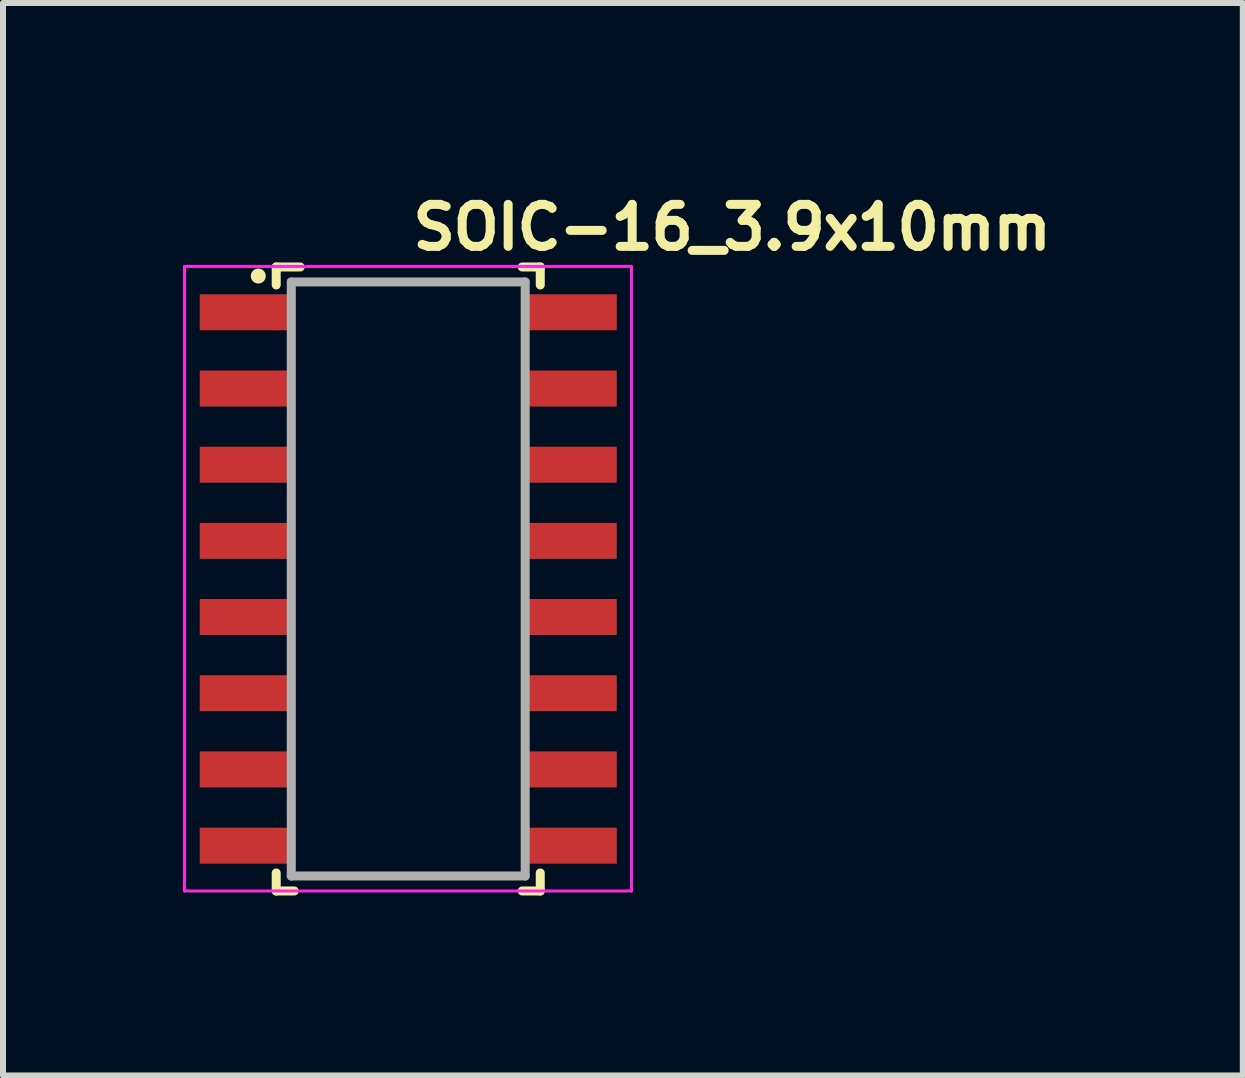
<source format=kicad_pcb>
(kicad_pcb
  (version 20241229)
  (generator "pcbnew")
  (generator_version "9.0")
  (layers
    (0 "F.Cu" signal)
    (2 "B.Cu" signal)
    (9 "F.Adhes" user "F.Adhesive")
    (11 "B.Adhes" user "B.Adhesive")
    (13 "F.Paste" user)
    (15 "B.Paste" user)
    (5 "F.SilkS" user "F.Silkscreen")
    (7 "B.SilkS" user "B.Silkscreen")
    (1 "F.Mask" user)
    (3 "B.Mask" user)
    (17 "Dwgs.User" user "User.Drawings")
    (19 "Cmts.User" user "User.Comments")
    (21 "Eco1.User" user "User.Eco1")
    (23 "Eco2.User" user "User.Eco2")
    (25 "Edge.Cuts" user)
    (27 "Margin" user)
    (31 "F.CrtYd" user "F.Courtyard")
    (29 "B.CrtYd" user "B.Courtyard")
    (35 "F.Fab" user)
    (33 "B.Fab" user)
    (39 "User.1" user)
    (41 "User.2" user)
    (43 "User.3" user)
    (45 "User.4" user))
  (footprint "SOIC-16_3.9x10mm"
    (layer "F.Cu")
    (at 3.755 6.601)
    (property "Reference" "SOIC-16_3.9x10mm" (at 0 -5.451 0) (layer "F.SilkS") (effects (font (size 0.7 0.7) (thickness 0.15)) (justify left bottom)))
    (attr smd)
    (fp_line (start -2.201 -5.201) (end -2.201 -4.901) (stroke (width 0.15) (type solid)) (layer "F.SilkS"))
    (fp_line (start -2.201 4.9) (end -2.201 5.2) (stroke (width 0.15) (type solid)) (layer "F.SilkS"))
    (fp_line (start -2.201 5.2) (end -1.9 5.2) (stroke (width 0.15) (type solid)) (layer "F.SilkS"))
    (fp_line (start -1.801 -5.201) (end -2.201 -5.201) (stroke (width 0.15) (type solid)) (layer "F.SilkS"))
    (fp_line (start 2.2 -5.201) (end 1.899 -5.201) (stroke (width 0.15) (type solid)) (layer "F.SilkS"))
    (fp_line (start 2.2 -4.901) (end 2.2 -5.201) (stroke (width 0.15) (type solid)) (layer "F.SilkS"))
    (fp_line (start 2.2 5.2) (end 1.899 5.2) (stroke (width 0.15) (type solid)) (layer "F.SilkS"))
    (fp_line (start 2.2 5.2) (end 2.2 4.9) (stroke (width 0.15) (type solid)) (layer "F.SilkS"))
    (fp_circle (center -2.5 -5.05) (end -2.45 -5.05) (stroke (width 0.15) (type solid)) (fill yes) (layer "F.SilkS"))
    (fp_line (start -3.73 -5.21) (end -3.73 5.2) (stroke (width 0.05) (type solid)) (layer "F.CrtYd"))
    (fp_line (start -3.73 -5.21) (end 3.72 -5.21) (stroke (width 0.05) (type solid)) (layer "F.CrtYd"))
    (fp_line (start -3.73 5.2) (end 3.72 5.2) (stroke (width 0.05) (type solid)) (layer "F.CrtYd"))
    (fp_line (start 3.72 -5.21) (end 3.72 5.2) (stroke (width 0.05) (type solid)) (layer "F.CrtYd"))
    (fp_line (start -1.95 4.95) (end -1.95 -4.951) (stroke (width 0.15) (type solid)) (layer "F.Fab"))
    (fp_line (start 1.949 -4.951) (end -1.95 -4.951) (stroke (width 0.15) (type solid)) (layer "F.Fab"))
    (fp_line (start 1.949 -4.951) (end 1.949 4.95) (stroke (width 0.15) (type solid)) (layer "F.Fab"))
    (fp_line (start 1.949 4.95) (end -1.95 4.95) (stroke (width 0.15) (type solid)) (layer "F.Fab"))
    (fp_line (start -3.013 -4.65) (end -3.013 -4.24) (stroke (width 0.01) (type solid)) (layer "User.9"))
    (fp_line (start -3.013 -3.38) (end -3.013 -2.97) (stroke (width 0.01) (type solid)) (layer "User.9"))
    (fp_line (start -3.013 -2.11) (end -3.013 -1.7) (stroke (width 0.01) (type solid)) (layer "User.9"))
    (fp_line (start -3.013 -0.84) (end -3.013 -0.43) (stroke (width 0.01) (type solid)) (layer "User.9"))
    (fp_line (start -3.013 0.43) (end -3.013 0.84) (stroke (width 0.01) (type solid)) (layer "User.9"))
    (fp_line (start -3.013 1.7) (end -3.013 2.11) (stroke (width 0.01) (type solid)) (layer "User.9"))
    (fp_line (start -3.013 2.97) (end -3.013 3.38) (stroke (width 0.01) (type solid)) (layer "User.9"))
    (fp_line (start -3.013 4.24) (end -3.013 4.65) (stroke (width 0.01) (type solid)) (layer "User.9"))
    (fp_line (start -2.485 -4.65) (end -3.013 -4.65) (stroke (width 0.01) (type solid)) (layer "User.9"))
    (fp_line (start -2.485 -4.65) (end -2.339 -4.65) (stroke (width 0.01) (type solid)) (layer "User.9"))
    (fp_line (start -2.485 -4.24) (end -3.013 -4.24) (stroke (width 0.01) (type solid)) (layer "User.9"))
    (fp_line (start -2.485 -4.24) (end -2.339 -4.24) (stroke (width 0.01) (type solid)) (layer "User.9"))
    (fp_line (start -2.485 -3.38) (end -3.013 -3.38) (stroke (width 0.01) (type solid)) (layer "User.9"))
    (fp_line (start -2.485 -3.38) (end -2.339 -3.38) (stroke (width 0.01) (type solid)) (layer "User.9"))
    (fp_line (start -2.485 -2.97) (end -3.013 -2.97) (stroke (width 0.01) (type solid)) (layer "User.9"))
    (fp_line (start -2.485 -2.97) (end -2.339 -2.97) (stroke (width 0.01) (type solid)) (layer "User.9"))
    (fp_line (start -2.485 -2.11) (end -3.013 -2.11) (stroke (width 0.01) (type solid)) (layer "User.9"))
    (fp_line (start -2.485 -2.11) (end -2.339 -2.11) (stroke (width 0.01) (type solid)) (layer "User.9"))
    (fp_line (start -2.485 -1.7) (end -3.013 -1.7) (stroke (width 0.01) (type solid)) (layer "User.9"))
    (fp_line (start -2.485 -1.7) (end -2.339 -1.7) (stroke (width 0.01) (type solid)) (layer "User.9"))
    (fp_line (start -2.485 -0.84) (end -3.013 -0.84) (stroke (width 0.01) (type solid)) (layer "User.9"))
    (fp_line (start -2.485 -0.84) (end -2.339 -0.84) (stroke (width 0.01) (type solid)) (layer "User.9"))
    (fp_line (start -2.485 -0.43) (end -3.013 -0.43) (stroke (width 0.01) (type solid)) (layer "User.9"))
    (fp_line (start -2.485 -0.43) (end -2.339 -0.43) (stroke (width 0.01) (type solid)) (layer "User.9"))
    (fp_line (start -2.485 0.43) (end -3.013 0.43) (stroke (width 0.01) (type solid)) (layer "User.9"))
    (fp_line (start -2.485 0.43) (end -2.339 0.43) (stroke (width 0.01) (type solid)) (layer "User.9"))
    (fp_line (start -2.485 0.84) (end -3.013 0.84) (stroke (width 0.01) (type solid)) (layer "User.9"))
    (fp_line (start -2.485 0.84) (end -2.339 0.84) (stroke (width 0.01) (type solid)) (layer "User.9"))
    (fp_line (start -2.485 1.7) (end -3.013 1.7) (stroke (width 0.01) (type solid)) (layer "User.9"))
    (fp_line (start -2.485 1.7) (end -2.339 1.7) (stroke (width 0.01) (type solid)) (layer "User.9"))
    (fp_line (start -2.485 2.11) (end -3.013 2.11) (stroke (width 0.01) (type solid)) (layer "User.9"))
    (fp_line (start -2.485 2.11) (end -2.339 2.11) (stroke (width 0.01) (type solid)) (layer "User.9"))
    (fp_line (start -2.485 2.97) (end -3.013 2.97) (stroke (width 0.01) (type solid)) (layer "User.9"))
    (fp_line (start -2.485 2.97) (end -2.339 2.97) (stroke (width 0.01) (type solid)) (layer "User.9"))
    (fp_line (start -2.485 3.38) (end -3.013 3.38) (stroke (width 0.01) (type solid)) (layer "User.9"))
    (fp_line (start -2.485 3.38) (end -2.339 3.38) (stroke (width 0.01) (type solid)) (layer "User.9"))
    (fp_line (start -2.485 4.24) (end -3.013 4.24) (stroke (width 0.01) (type solid)) (layer "User.9"))
    (fp_line (start -2.485 4.24) (end -2.339 4.24) (stroke (width 0.01) (type solid)) (layer "User.9"))
    (fp_line (start -2.485 4.65) (end -3.013 4.65) (stroke (width 0.01) (type solid)) (layer "User.9"))
    (fp_line (start -2.485 4.65) (end -2.339 4.65) (stroke (width 0.01) (type solid)) (layer "User.9"))
    (fp_line (start -2.339 -4.65) (end -2.256 -4.65) (stroke (width 0.01) (type solid)) (layer "User.9"))
    (fp_line (start -2.339 -3.38) (end -2.256 -3.38) (stroke (width 0.01) (type solid)) (layer "User.9"))
    (fp_line (start -2.339 -2.11) (end -2.256 -2.11) (stroke (width 0.01) (type solid)) (layer "User.9"))
    (fp_line (start -2.339 -0.84) (end -2.256 -0.84) (stroke (width 0.01) (type solid)) (layer "User.9"))
    (fp_line (start -2.339 0.43) (end -2.256 0.43) (stroke (width 0.01) (type solid)) (layer "User.9"))
    (fp_line (start -2.339 1.7) (end -2.256 1.7) (stroke (width 0.01) (type solid)) (layer "User.9"))
    (fp_line (start -2.339 2.97) (end -2.256 2.97) (stroke (width 0.01) (type solid)) (layer "User.9"))
    (fp_line (start -2.339 4.24) (end -2.256 4.24) (stroke (width 0.01) (type solid)) (layer "User.9"))
    (fp_line (start -2.256 -4.65) (end -1.97 -4.65) (stroke (width 0.01) (type solid)) (layer "User.9"))
    (fp_line (start -2.256 -4.24) (end -2.339 -4.24) (stroke (width 0.01) (type solid)) (layer "User.9"))
    (fp_line (start -2.256 -3.38) (end -1.97 -3.38) (stroke (width 0.01) (type solid)) (layer "User.9"))
    (fp_line (start -2.256 -2.97) (end -2.339 -2.97) (stroke (width 0.01) (type solid)) (layer "User.9"))
    (fp_line (start -2.256 -2.11) (end -1.97 -2.11) (stroke (width 0.01) (type solid)) (layer "User.9"))
    (fp_line (start -2.256 -1.7) (end -2.339 -1.7) (stroke (width 0.01) (type solid)) (layer "User.9"))
    (fp_line (start -2.256 -0.84) (end -1.97 -0.84) (stroke (width 0.01) (type solid)) (layer "User.9"))
    (fp_line (start -2.256 -0.43) (end -2.339 -0.43) (stroke (width 0.01) (type solid)) (layer "User.9"))
    (fp_line (start -2.256 0.43) (end -1.97 0.43) (stroke (width 0.01) (type solid)) (layer "User.9"))
    (fp_line (start -2.256 0.84) (end -2.339 0.84) (stroke (width 0.01) (type solid)) (layer "User.9"))
    (fp_line (start -2.256 1.7) (end -1.97 1.7) (stroke (width 0.01) (type solid)) (layer "User.9"))
    (fp_line (start -2.256 2.11) (end -2.339 2.11) (stroke (width 0.01) (type solid)) (layer "User.9"))
    (fp_line (start -2.256 2.97) (end -1.97 2.97) (stroke (width 0.01) (type solid)) (layer "User.9"))
    (fp_line (start -2.256 3.38) (end -2.339 3.38) (stroke (width 0.01) (type solid)) (layer "User.9"))
    (fp_line (start -2.256 4.24) (end -1.97 4.24) (stroke (width 0.01) (type solid)) (layer "User.9"))
    (fp_line (start -2.256 4.65) (end -2.339 4.65) (stroke (width 0.01) (type solid)) (layer "User.9"))
    (fp_line (start -1.97 -4.24) (end -2.256 -4.24) (stroke (width 0.01) (type solid)) (layer "User.9"))
    (fp_line (start -1.97 -2.97) (end -2.256 -2.97) (stroke (width 0.01) (type solid)) (layer "User.9"))
    (fp_line (start -1.97 -1.7) (end -2.256 -1.7) (stroke (width 0.01) (type solid)) (layer "User.9"))
    (fp_line (start -1.97 -0.43) (end -2.256 -0.43) (stroke (width 0.01) (type solid)) (layer "User.9"))
    (fp_line (start -1.97 0.84) (end -2.256 0.84) (stroke (width 0.01) (type solid)) (layer "User.9"))
    (fp_line (start -1.97 2.11) (end -2.256 2.11) (stroke (width 0.01) (type solid)) (layer "User.9"))
    (fp_line (start -1.97 3.38) (end -2.256 3.38) (stroke (width 0.01) (type solid)) (layer "User.9"))
    (fp_line (start -1.97 4.65) (end -2.256 4.65) (stroke (width 0.01) (type solid)) (layer "User.9"))
    (fp_line (start -1.95 -4.75) (end -1.95 -4.753) (stroke (width 0.01) (type solid)) (layer "User.9"))
    (fp_line (start -1.95 -4.65) (end -1.97 -4.65) (stroke (width 0.01) (type solid)) (layer "User.9"))
    (fp_line (start -1.95 -4.65) (end -1.95 -4.24) (stroke (width 0.01) (type solid)) (layer "User.9"))
    (fp_line (start -1.95 -4.24) (end -1.97 -4.24) (stroke (width 0.01) (type solid)) (layer "User.9"))
    (fp_line (start -1.95 -3.38) (end -1.97 -3.38) (stroke (width 0.01) (type solid)) (layer "User.9"))
    (fp_line (start -1.95 -3.38) (end -1.95 -2.97) (stroke (width 0.01) (type solid)) (layer "User.9"))
    (fp_line (start -1.95 -2.97) (end -1.97 -2.97) (stroke (width 0.01) (type solid)) (layer "User.9"))
    (fp_line (start -1.95 -2.11) (end -1.97 -2.11) (stroke (width 0.01) (type solid)) (layer "User.9"))
    (fp_line (start -1.95 -2.11) (end -1.95 -1.7) (stroke (width 0.01) (type solid)) (layer "User.9"))
    (fp_line (start -1.95 -1.7) (end -1.97 -1.7) (stroke (width 0.01) (type solid)) (layer "User.9"))
    (fp_line (start -1.95 -0.84) (end -1.97 -0.84) (stroke (width 0.01) (type solid)) (layer "User.9"))
    (fp_line (start -1.95 -0.84) (end -1.95 -0.43) (stroke (width 0.01) (type solid)) (layer "User.9"))
    (fp_line (start -1.95 -0.43) (end -1.97 -0.43) (stroke (width 0.01) (type solid)) (layer "User.9"))
    (fp_line (start -1.95 0.43) (end -1.97 0.43) (stroke (width 0.01) (type solid)) (layer "User.9"))
    (fp_line (start -1.95 0.43) (end -1.95 0.84) (stroke (width 0.01) (type solid)) (layer "User.9"))
    (fp_line (start -1.95 0.84) (end -1.97 0.84) (stroke (width 0.01) (type solid)) (layer "User.9"))
    (fp_line (start -1.95 1.7) (end -1.97 1.7) (stroke (width 0.01) (type solid)) (layer "User.9"))
    (fp_line (start -1.95 1.7) (end -1.95 2.11) (stroke (width 0.01) (type solid)) (layer "User.9"))
    (fp_line (start -1.95 2.11) (end -1.97 2.11) (stroke (width 0.01) (type solid)) (layer "User.9"))
    (fp_line (start -1.95 2.97) (end -1.97 2.97) (stroke (width 0.01) (type solid)) (layer "User.9"))
    (fp_line (start -1.95 2.97) (end -1.95 3.38) (stroke (width 0.01) (type solid)) (layer "User.9"))
    (fp_line (start -1.95 3.38) (end -1.97 3.38) (stroke (width 0.01) (type solid)) (layer "User.9"))
    (fp_line (start -1.95 4.24) (end -1.97 4.24) (stroke (width 0.01) (type solid)) (layer "User.9"))
    (fp_line (start -1.95 4.24) (end -1.95 4.65) (stroke (width 0.01) (type solid)) (layer "User.9"))
    (fp_line (start -1.95 4.65) (end -1.97 4.65) (stroke (width 0.01) (type solid)) (layer "User.9"))
    (fp_line (start -1.95 4.75) (end -1.95 -4.75) (stroke (width 0.01) (type solid)) (layer "User.9"))
    (fp_line (start -1.95 -4.753) (end -1.95 -4.763) (stroke (width 0.01) (type solid)) (layer "User.9"))
    (fp_line (start -1.95 4.753) (end -1.95 4.75) (stroke (width 0.01) (type solid)) (layer "User.9"))
    (fp_line (start -1.95 4.753) (end -1.95 4.763) (stroke (width 0.01) (type solid)) (layer "User.9"))
    (fp_line (start -1.95 -4.763) (end -1.95 -4.753) (stroke (width 0.01) (type solid)) (layer "User.9"))
    (fp_line (start -1.95 -4.763) (end -1.949 -4.773) (stroke (width 0.01) (type solid)) (layer "User.9"))
    (fp_line (start -1.95 4.763) (end -1.95 4.753) (stroke (width 0.01) (type solid)) (layer "User.9"))
    (fp_line (start -1.95 4.763) (end -1.949 4.773) (stroke (width 0.01) (type solid)) (layer "User.9"))
    (fp_line (start -1.949 -4.773) (end -1.95 -4.763) (stroke (width 0.01) (type solid)) (layer "User.9"))
    (fp_line (start -1.949 -4.773) (end -1.948 -4.783) (stroke (width 0.01) (type solid)) (layer "User.9"))
    (fp_line (start -1.949 4.773) (end -1.95 4.763) (stroke (width 0.01) (type solid)) (layer "User.9"))
    (fp_line (start -1.949 4.773) (end -1.948 4.783) (stroke (width 0.01) (type solid)) (layer "User.9"))
    (fp_line (start -1.948 -4.783) (end -1.949 -4.773) (stroke (width 0.01) (type solid)) (layer "User.9"))
    (fp_line (start -1.948 -4.783) (end -1.946 -4.792) (stroke (width 0.01) (type solid)) (layer "User.9"))
    (fp_line (start -1.948 4.783) (end -1.949 4.773) (stroke (width 0.01) (type solid)) (layer "User.9"))
    (fp_line (start -1.948 4.783) (end -1.946 4.792) (stroke (width 0.01) (type solid)) (layer "User.9"))
    (fp_line (start -1.946 -4.792) (end -1.948 -4.783) (stroke (width 0.01) (type solid)) (layer "User.9"))
    (fp_line (start -1.946 -4.792) (end -1.944 -4.802) (stroke (width 0.01) (type solid)) (layer "User.9"))
    (fp_line (start -1.946 4.792) (end -1.948 4.783) (stroke (width 0.01) (type solid)) (layer "User.9"))
    (fp_line (start -1.946 4.792) (end -1.944 4.802) (stroke (width 0.01) (type solid)) (layer "User.9"))
    (fp_line (start -1.944 -4.802) (end -1.946 -4.792) (stroke (width 0.01) (type solid)) (layer "User.9"))
    (fp_line (start -1.944 -4.802) (end -1.942 -4.811) (stroke (width 0.01) (type solid)) (layer "User.9"))
    (fp_line (start -1.944 4.802) (end -1.946 4.792) (stroke (width 0.01) (type solid)) (layer "User.9"))
    (fp_line (start -1.944 4.802) (end -1.942 4.811) (stroke (width 0.01) (type solid)) (layer "User.9"))
    (fp_line (start -1.942 -4.811) (end -1.944 -4.802) (stroke (width 0.01) (type solid)) (layer "User.9"))
    (fp_line (start -1.942 -4.811) (end -1.939 -4.82) (stroke (width 0.01) (type solid)) (layer "User.9"))
    (fp_line (start -1.942 4.811) (end -1.944 4.802) (stroke (width 0.01) (type solid)) (layer "User.9"))
    (fp_line (start -1.942 4.811) (end -1.939 4.82) (stroke (width 0.01) (type solid)) (layer "User.9"))
    (fp_line (start -1.939 -4.82) (end -1.942 -4.811) (stroke (width 0.01) (type solid)) (layer "User.9"))
    (fp_line (start -1.939 -4.82) (end -1.935 -4.829) (stroke (width 0.01) (type solid)) (layer "User.9"))
    (fp_line (start -1.939 4.82) (end -1.942 4.811) (stroke (width 0.01) (type solid)) (layer "User.9"))
    (fp_line (start -1.939 4.82) (end -1.935 4.829) (stroke (width 0.01) (type solid)) (layer "User.9"))
    (fp_line (start -1.935 -4.829) (end -1.939 -4.82) (stroke (width 0.01) (type solid)) (layer "User.9"))
    (fp_line (start -1.935 -4.829) (end -1.931 -4.838) (stroke (width 0.01) (type solid)) (layer "User.9"))
    (fp_line (start -1.935 4.829) (end -1.939 4.82) (stroke (width 0.01) (type solid)) (layer "User.9"))
    (fp_line (start -1.935 4.829) (end -1.931 4.838) (stroke (width 0.01) (type solid)) (layer "User.9"))
    (fp_line (start -1.931 -4.838) (end -1.935 -4.829) (stroke (width 0.01) (type solid)) (layer "User.9"))
    (fp_line (start -1.931 -4.838) (end -1.927 -4.847) (stroke (width 0.01) (type solid)) (layer "User.9"))
    (fp_line (start -1.931 4.838) (end -1.935 4.829) (stroke (width 0.01) (type solid)) (layer "User.9"))
    (fp_line (start -1.931 4.838) (end -1.927 4.847) (stroke (width 0.01) (type solid)) (layer "User.9"))
    (fp_line (start -1.927 -4.847) (end -1.931 -4.838) (stroke (width 0.01) (type solid)) (layer "User.9"))
    (fp_line (start -1.927 -4.847) (end -1.922 -4.855) (stroke (width 0.01) (type solid)) (layer "User.9"))
    (fp_line (start -1.927 4.847) (end -1.931 4.838) (stroke (width 0.01) (type solid)) (layer "User.9"))
    (fp_line (start -1.927 4.847) (end -1.922 4.855) (stroke (width 0.01) (type solid)) (layer "User.9"))
    (fp_line (start -1.922 -4.855) (end -1.927 -4.847) (stroke (width 0.01) (type solid)) (layer "User.9"))
    (fp_line (start -1.922 -4.855) (end -1.917 -4.863) (stroke (width 0.01) (type solid)) (layer "User.9"))
    (fp_line (start -1.922 4.855) (end -1.927 4.847) (stroke (width 0.01) (type solid)) (layer "User.9"))
    (fp_line (start -1.922 4.855) (end -1.917 4.863) (stroke (width 0.01) (type solid)) (layer "User.9"))
    (fp_line (start -1.917 -4.863) (end -1.922 -4.855) (stroke (width 0.01) (type solid)) (layer "User.9"))
    (fp_line (start -1.917 -4.863) (end -1.911 -4.871) (stroke (width 0.01) (type solid)) (layer "User.9"))
    (fp_line (start -1.917 4.863) (end -1.922 4.855) (stroke (width 0.01) (type solid)) (layer "User.9"))
    (fp_line (start -1.917 4.863) (end -1.911 4.871) (stroke (width 0.01) (type solid)) (layer "User.9"))
    (fp_line (start -1.911 -4.871) (end -1.917 -4.863) (stroke (width 0.01) (type solid)) (layer "User.9"))
    (fp_line (start -1.911 -4.871) (end -1.905 -4.878) (stroke (width 0.01) (type solid)) (layer "User.9"))
    (fp_line (start -1.911 4.871) (end -1.917 4.863) (stroke (width 0.01) (type solid)) (layer "User.9"))
    (fp_line (start -1.911 4.871) (end -1.905 4.878) (stroke (width 0.01) (type solid)) (layer "User.9"))
    (fp_line (start -1.905 -4.878) (end -1.911 -4.871) (stroke (width 0.01) (type solid)) (layer "User.9"))
    (fp_line (start -1.905 -4.878) (end -1.899 -4.886) (stroke (width 0.01) (type solid)) (layer "User.9"))
    (fp_line (start -1.905 4.878) (end -1.911 4.871) (stroke (width 0.01) (type solid)) (layer "User.9"))
    (fp_line (start -1.905 4.878) (end -1.899 4.886) (stroke (width 0.01) (type solid)) (layer "User.9"))
    (fp_line (start -1.899 -4.886) (end -1.905 -4.878) (stroke (width 0.01) (type solid)) (layer "User.9"))
    (fp_line (start -1.899 -4.886) (end -1.892 -4.892) (stroke (width 0.01) (type solid)) (layer "User.9"))
    (fp_line (start -1.899 4.886) (end -1.905 4.878) (stroke (width 0.01) (type solid)) (layer "User.9"))
    (fp_line (start -1.899 4.886) (end -1.892 4.892) (stroke (width 0.01) (type solid)) (layer "User.9"))
    (fp_line (start -1.892 -4.892) (end -1.899 -4.886) (stroke (width 0.01) (type solid)) (layer "User.9"))
    (fp_line (start -1.892 -4.892) (end -1.886 -4.899) (stroke (width 0.01) (type solid)) (layer "User.9"))
    (fp_line (start -1.892 4.892) (end -1.899 4.886) (stroke (width 0.01) (type solid)) (layer "User.9"))
    (fp_line (start -1.892 4.892) (end -1.886 4.899) (stroke (width 0.01) (type solid)) (layer "User.9"))
    (fp_line (start -1.886 -4.899) (end -1.892 -4.892) (stroke (width 0.01) (type solid)) (layer "User.9"))
    (fp_line (start -1.886 -4.899) (end -1.878 -4.905) (stroke (width 0.01) (type solid)) (layer "User.9"))
    (fp_line (start -1.886 4.899) (end -1.892 4.892) (stroke (width 0.01) (type solid)) (layer "User.9"))
    (fp_line (start -1.886 4.899) (end -1.878 4.905) (stroke (width 0.01) (type solid)) (layer "User.9"))
    (fp_line (start -1.878 -4.905) (end -1.886 -4.899) (stroke (width 0.01) (type solid)) (layer "User.9"))
    (fp_line (start -1.878 -4.905) (end -1.871 -4.911) (stroke (width 0.01) (type solid)) (layer "User.9"))
    (fp_line (start -1.878 4.905) (end -1.886 4.899) (stroke (width 0.01) (type solid)) (layer "User.9"))
    (fp_line (start -1.878 4.905) (end -1.871 4.911) (stroke (width 0.01) (type solid)) (layer "User.9"))
    (fp_line (start -1.871 -4.911) (end -1.878 -4.905) (stroke (width 0.01) (type solid)) (layer "User.9"))
    (fp_line (start -1.871 -4.911) (end -1.863 -4.917) (stroke (width 0.01) (type solid)) (layer "User.9"))
    (fp_line (start -1.871 4.911) (end -1.878 4.905) (stroke (width 0.01) (type solid)) (layer "User.9"))
    (fp_line (start -1.871 4.911) (end -1.863 4.917) (stroke (width 0.01) (type solid)) (layer "User.9"))
    (fp_line (start -1.863 -4.917) (end -1.871 -4.911) (stroke (width 0.01) (type solid)) (layer "User.9"))
    (fp_line (start -1.863 -4.917) (end -1.855 -4.922) (stroke (width 0.01) (type solid)) (layer "User.9"))
    (fp_line (start -1.863 4.917) (end -1.871 4.911) (stroke (width 0.01) (type solid)) (layer "User.9"))
    (fp_line (start -1.863 4.917) (end -1.855 4.922) (stroke (width 0.01) (type solid)) (layer "User.9"))
    (fp_line (start -1.855 -4.922) (end -1.863 -4.917) (stroke (width 0.01) (type solid)) (layer "User.9"))
    (fp_line (start -1.855 -4.922) (end -1.847 -4.927) (stroke (width 0.01) (type solid)) (layer "User.9"))
    (fp_line (start -1.855 4.922) (end -1.863 4.917) (stroke (width 0.01) (type solid)) (layer "User.9"))
    (fp_line (start -1.855 4.922) (end -1.847 4.927) (stroke (width 0.01) (type solid)) (layer "User.9"))
    (fp_line (start -1.847 -4.927) (end -1.855 -4.922) (stroke (width 0.01) (type solid)) (layer "User.9"))
    (fp_line (start -1.847 -4.927) (end -1.838 -4.931) (stroke (width 0.01) (type solid)) (layer "User.9"))
    (fp_line (start -1.847 4.927) (end -1.855 4.922) (stroke (width 0.01) (type solid)) (layer "User.9"))
    (fp_line (start -1.847 4.927) (end -1.838 4.931) (stroke (width 0.01) (type solid)) (layer "User.9"))
    (fp_line (start -1.838 -4.931) (end -1.847 -4.927) (stroke (width 0.01) (type solid)) (layer "User.9"))
    (fp_line (start -1.838 -4.931) (end -1.829 -4.935) (stroke (width 0.01) (type solid)) (layer "User.9"))
    (fp_line (start -1.838 4.931) (end -1.847 4.927) (stroke (width 0.01) (type solid)) (layer "User.9"))
    (fp_line (start -1.838 4.931) (end -1.829 4.935) (stroke (width 0.01) (type solid)) (layer "User.9"))
    (fp_line (start -1.829 -4.935) (end -1.838 -4.931) (stroke (width 0.01) (type solid)) (layer "User.9"))
    (fp_line (start -1.829 -4.935) (end -1.82 -4.939) (stroke (width 0.01) (type solid)) (layer "User.9"))
    (fp_line (start -1.829 4.935) (end -1.838 4.931) (stroke (width 0.01) (type solid)) (layer "User.9"))
    (fp_line (start -1.829 4.935) (end -1.82 4.939) (stroke (width 0.01) (type solid)) (layer "User.9"))
    (fp_line (start -1.82 -4.939) (end -1.829 -4.935) (stroke (width 0.01) (type solid)) (layer "User.9"))
    (fp_line (start -1.82 -4.939) (end -1.811 -4.942) (stroke (width 0.01) (type solid)) (layer "User.9"))
    (fp_line (start -1.82 4.939) (end -1.829 4.935) (stroke (width 0.01) (type solid)) (layer "User.9"))
    (fp_line (start -1.82 4.939) (end -1.811 4.942) (stroke (width 0.01) (type solid)) (layer "User.9"))
    (fp_line (start -1.811 -4.942) (end -1.82 -4.939) (stroke (width 0.01) (type solid)) (layer "User.9"))
    (fp_line (start -1.811 -4.942) (end -1.802 -4.944) (stroke (width 0.01) (type solid)) (layer "User.9"))
    (fp_line (start -1.811 4.942) (end -1.82 4.939) (stroke (width 0.01) (type solid)) (layer "User.9"))
    (fp_line (start -1.811 4.942) (end -1.802 4.944) (stroke (width 0.01) (type solid)) (layer "User.9"))
    (fp_line (start -1.802 -4.944) (end -1.811 -4.942) (stroke (width 0.01) (type solid)) (layer "User.9"))
    (fp_line (start -1.802 -4.944) (end -1.792 -4.946) (stroke (width 0.01) (type solid)) (layer "User.9"))
    (fp_line (start -1.802 4.944) (end -1.811 4.942) (stroke (width 0.01) (type solid)) (layer "User.9"))
    (fp_line (start -1.802 4.944) (end -1.792 4.946) (stroke (width 0.01) (type solid)) (layer "User.9"))
    (fp_line (start -1.792 -4.946) (end -1.802 -4.944) (stroke (width 0.01) (type solid)) (layer "User.9"))
    (fp_line (start -1.792 -4.946) (end -1.783 -4.948) (stroke (width 0.01) (type solid)) (layer "User.9"))
    (fp_line (start -1.792 4.946) (end -1.802 4.944) (stroke (width 0.01) (type solid)) (layer "User.9"))
    (fp_line (start -1.792 4.946) (end -1.783 4.948) (stroke (width 0.01) (type solid)) (layer "User.9"))
    (fp_line (start -1.783 -4.948) (end -1.792 -4.946) (stroke (width 0.01) (type solid)) (layer "User.9"))
    (fp_line (start -1.783 -4.948) (end -1.773 -4.949) (stroke (width 0.01) (type solid)) (layer "User.9"))
    (fp_line (start -1.783 4.948) (end -1.792 4.946) (stroke (width 0.01) (type solid)) (layer "User.9"))
    (fp_line (start -1.783 4.948) (end -1.773 4.949) (stroke (width 0.01) (type solid)) (layer "User.9"))
    (fp_line (start -1.773 -4.949) (end -1.783 -4.948) (stroke (width 0.01) (type solid)) (layer "User.9"))
    (fp_line (start -1.773 -4.949) (end -1.763 -4.95) (stroke (width 0.01) (type solid)) (layer "User.9"))
    (fp_line (start -1.773 4.949) (end -1.783 4.948) (stroke (width 0.01) (type solid)) (layer "User.9"))
    (fp_line (start -1.773 4.949) (end -1.763 4.95) (stroke (width 0.01) (type solid)) (layer "User.9"))
    (fp_line (start -1.763 -4.95) (end -1.773 -4.949) (stroke (width 0.01) (type solid)) (layer "User.9"))
    (fp_line (start -1.763 -4.95) (end -1.753 -4.95) (stroke (width 0.01) (type solid)) (layer "User.9"))
    (fp_line (start -1.763 4.95) (end -1.773 4.949) (stroke (width 0.01) (type solid)) (layer "User.9"))
    (fp_line (start -1.763 4.95) (end -1.753 4.95) (stroke (width 0.01) (type solid)) (layer "User.9"))
    (fp_line (start -1.753 -4.95) (end -1.763 -4.95) (stroke (width 0.01) (type solid)) (layer "User.9"))
    (fp_line (start -1.753 -4.95) (end -1.75 -4.95) (stroke (width 0.01) (type solid)) (layer "User.9"))
    (fp_line (start -1.753 4.95) (end -1.763 4.95) (stroke (width 0.01) (type solid)) (layer "User.9"))
    (fp_line (start -1.75 4.95) (end -1.753 4.95) (stroke (width 0.01) (type solid)) (layer "User.9"))
    (fp_line (start 1.75 -4.95) (end -1.75 -4.95) (stroke (width 0.01) (type solid)) (layer "User.9"))
    (fp_line (start 1.75 -4.95) (end 1.753 -4.95) (stroke (width 0.01) (type solid)) (layer "User.9"))
    (fp_line (start 1.75 4.95) (end -1.75 4.95) (stroke (width 0.01) (type solid)) (layer "User.9"))
    (fp_line (start 1.753 -4.95) (end 1.763 -4.95) (stroke (width 0.01) (type solid)) (layer "User.9"))
    (fp_line (start 1.753 4.95) (end 1.75 4.95) (stroke (width 0.01) (type solid)) (layer "User.9"))
    (fp_line (start 1.753 4.95) (end 1.763 4.95) (stroke (width 0.01) (type solid)) (layer "User.9"))
    (fp_line (start 1.763 -4.95) (end 1.753 -4.95) (stroke (width 0.01) (type solid)) (layer "User.9"))
    (fp_line (start 1.763 -4.95) (end 1.773 -4.949) (stroke (width 0.01) (type solid)) (layer "User.9"))
    (fp_line (start 1.763 4.95) (end 1.753 4.95) (stroke (width 0.01) (type solid)) (layer "User.9"))
    (fp_line (start 1.763 4.95) (end 1.773 4.949) (stroke (width 0.01) (type solid)) (layer "User.9"))
    (fp_line (start 1.773 -4.949) (end 1.763 -4.95) (stroke (width 0.01) (type solid)) (layer "User.9"))
    (fp_line (start 1.773 -4.949) (end 1.783 -4.948) (stroke (width 0.01) (type solid)) (layer "User.9"))
    (fp_line (start 1.773 4.949) (end 1.763 4.95) (stroke (width 0.01) (type solid)) (layer "User.9"))
    (fp_line (start 1.773 4.949) (end 1.783 4.948) (stroke (width 0.01) (type solid)) (layer "User.9"))
    (fp_line (start 1.783 -4.948) (end 1.773 -4.949) (stroke (width 0.01) (type solid)) (layer "User.9"))
    (fp_line (start 1.783 -4.948) (end 1.792 -4.946) (stroke (width 0.01) (type solid)) (layer "User.9"))
    (fp_line (start 1.783 4.948) (end 1.773 4.949) (stroke (width 0.01) (type solid)) (layer "User.9"))
    (fp_line (start 1.783 4.948) (end 1.792 4.946) (stroke (width 0.01) (type solid)) (layer "User.9"))
    (fp_line (start 1.792 -4.946) (end 1.783 -4.948) (stroke (width 0.01) (type solid)) (layer "User.9"))
    (fp_line (start 1.792 -4.946) (end 1.802 -4.944) (stroke (width 0.01) (type solid)) (layer "User.9"))
    (fp_line (start 1.792 4.946) (end 1.783 4.948) (stroke (width 0.01) (type solid)) (layer "User.9"))
    (fp_line (start 1.792 4.946) (end 1.802 4.944) (stroke (width 0.01) (type solid)) (layer "User.9"))
    (fp_line (start 1.802 -4.944) (end 1.792 -4.946) (stroke (width 0.01) (type solid)) (layer "User.9"))
    (fp_line (start 1.802 -4.944) (end 1.811 -4.942) (stroke (width 0.01) (type solid)) (layer "User.9"))
    (fp_line (start 1.802 4.944) (end 1.792 4.946) (stroke (width 0.01) (type solid)) (layer "User.9"))
    (fp_line (start 1.802 4.944) (end 1.811 4.942) (stroke (width 0.01) (type solid)) (layer "User.9"))
    (fp_line (start 1.811 -4.942) (end 1.802 -4.944) (stroke (width 0.01) (type solid)) (layer "User.9"))
    (fp_line (start 1.811 -4.942) (end 1.82 -4.939) (stroke (width 0.01) (type solid)) (layer "User.9"))
    (fp_line (start 1.811 4.942) (end 1.802 4.944) (stroke (width 0.01) (type solid)) (layer "User.9"))
    (fp_line (start 1.811 4.942) (end 1.82 4.939) (stroke (width 0.01) (type solid)) (layer "User.9"))
    (fp_line (start 1.82 -4.939) (end 1.811 -4.942) (stroke (width 0.01) (type solid)) (layer "User.9"))
    (fp_line (start 1.82 -4.939) (end 1.829 -4.935) (stroke (width 0.01) (type solid)) (layer "User.9"))
    (fp_line (start 1.82 4.939) (end 1.811 4.942) (stroke (width 0.01) (type solid)) (layer "User.9"))
    (fp_line (start 1.82 4.939) (end 1.829 4.935) (stroke (width 0.01) (type solid)) (layer "User.9"))
    (fp_line (start 1.829 -4.935) (end 1.82 -4.939) (stroke (width 0.01) (type solid)) (layer "User.9"))
    (fp_line (start 1.829 -4.935) (end 1.838 -4.931) (stroke (width 0.01) (type solid)) (layer "User.9"))
    (fp_line (start 1.829 4.935) (end 1.82 4.939) (stroke (width 0.01) (type solid)) (layer "User.9"))
    (fp_line (start 1.829 4.935) (end 1.838 4.931) (stroke (width 0.01) (type solid)) (layer "User.9"))
    (fp_line (start 1.838 -4.931) (end 1.829 -4.935) (stroke (width 0.01) (type solid)) (layer "User.9"))
    (fp_line (start 1.838 -4.931) (end 1.847 -4.927) (stroke (width 0.01) (type solid)) (layer "User.9"))
    (fp_line (start 1.838 4.931) (end 1.829 4.935) (stroke (width 0.01) (type solid)) (layer "User.9"))
    (fp_line (start 1.838 4.931) (end 1.847 4.927) (stroke (width 0.01) (type solid)) (layer "User.9"))
    (fp_line (start 1.847 -4.927) (end 1.838 -4.931) (stroke (width 0.01) (type solid)) (layer "User.9"))
    (fp_line (start 1.847 -4.927) (end 1.855 -4.922) (stroke (width 0.01) (type solid)) (layer "User.9"))
    (fp_line (start 1.847 4.927) (end 1.838 4.931) (stroke (width 0.01) (type solid)) (layer "User.9"))
    (fp_line (start 1.847 4.927) (end 1.855 4.922) (stroke (width 0.01) (type solid)) (layer "User.9"))
    (fp_line (start 1.855 -4.922) (end 1.847 -4.927) (stroke (width 0.01) (type solid)) (layer "User.9"))
    (fp_line (start 1.855 -4.922) (end 1.863 -4.917) (stroke (width 0.01) (type solid)) (layer "User.9"))
    (fp_line (start 1.855 4.922) (end 1.847 4.927) (stroke (width 0.01) (type solid)) (layer "User.9"))
    (fp_line (start 1.855 4.922) (end 1.863 4.917) (stroke (width 0.01) (type solid)) (layer "User.9"))
    (fp_line (start 1.863 -4.917) (end 1.855 -4.922) (stroke (width 0.01) (type solid)) (layer "User.9"))
    (fp_line (start 1.863 -4.917) (end 1.871 -4.911) (stroke (width 0.01) (type solid)) (layer "User.9"))
    (fp_line (start 1.863 4.917) (end 1.855 4.922) (stroke (width 0.01) (type solid)) (layer "User.9"))
    (fp_line (start 1.863 4.917) (end 1.871 4.911) (stroke (width 0.01) (type solid)) (layer "User.9"))
    (fp_line (start 1.871 -4.911) (end 1.863 -4.917) (stroke (width 0.01) (type solid)) (layer "User.9"))
    (fp_line (start 1.871 -4.911) (end 1.878 -4.905) (stroke (width 0.01) (type solid)) (layer "User.9"))
    (fp_line (start 1.871 4.911) (end 1.863 4.917) (stroke (width 0.01) (type solid)) (layer "User.9"))
    (fp_line (start 1.871 4.911) (end 1.878 4.905) (stroke (width 0.01) (type solid)) (layer "User.9"))
    (fp_line (start 1.878 -4.905) (end 1.871 -4.911) (stroke (width 0.01) (type solid)) (layer "User.9"))
    (fp_line (start 1.878 -4.905) (end 1.886 -4.899) (stroke (width 0.01) (type solid)) (layer "User.9"))
    (fp_line (start 1.878 4.905) (end 1.871 4.911) (stroke (width 0.01) (type solid)) (layer "User.9"))
    (fp_line (start 1.878 4.905) (end 1.886 4.899) (stroke (width 0.01) (type solid)) (layer "User.9"))
    (fp_line (start 1.886 -4.899) (end 1.878 -4.905) (stroke (width 0.01) (type solid)) (layer "User.9"))
    (fp_line (start 1.886 -4.899) (end 1.892 -4.892) (stroke (width 0.01) (type solid)) (layer "User.9"))
    (fp_line (start 1.886 4.899) (end 1.878 4.905) (stroke (width 0.01) (type solid)) (layer "User.9"))
    (fp_line (start 1.886 4.899) (end 1.892 4.892) (stroke (width 0.01) (type solid)) (layer "User.9"))
    (fp_line (start 1.892 -4.892) (end 1.886 -4.899) (stroke (width 0.01) (type solid)) (layer "User.9"))
    (fp_line (start 1.892 -4.892) (end 1.899 -4.886) (stroke (width 0.01) (type solid)) (layer "User.9"))
    (fp_line (start 1.892 4.892) (end 1.886 4.899) (stroke (width 0.01) (type solid)) (layer "User.9"))
    (fp_line (start 1.892 4.892) (end 1.899 4.886) (stroke (width 0.01) (type solid)) (layer "User.9"))
    (fp_line (start 1.899 -4.886) (end 1.892 -4.892) (stroke (width 0.01) (type solid)) (layer "User.9"))
    (fp_line (start 1.899 -4.886) (end 1.905 -4.878) (stroke (width 0.01) (type solid)) (layer "User.9"))
    (fp_line (start 1.899 4.886) (end 1.892 4.892) (stroke (width 0.01) (type solid)) (layer "User.9"))
    (fp_line (start 1.899 4.886) (end 1.905 4.878) (stroke (width 0.01) (type solid)) (layer "User.9"))
    (fp_line (start 1.905 -4.878) (end 1.899 -4.886) (stroke (width 0.01) (type solid)) (layer "User.9"))
    (fp_line (start 1.905 -4.878) (end 1.911 -4.871) (stroke (width 0.01) (type solid)) (layer "User.9"))
    (fp_line (start 1.905 4.878) (end 1.899 4.886) (stroke (width 0.01) (type solid)) (layer "User.9"))
    (fp_line (start 1.905 4.878) (end 1.911 4.871) (stroke (width 0.01) (type solid)) (layer "User.9"))
    (fp_line (start 1.911 -4.871) (end 1.905 -4.878) (stroke (width 0.01) (type solid)) (layer "User.9"))
    (fp_line (start 1.911 -4.871) (end 1.917 -4.863) (stroke (width 0.01) (type solid)) (layer "User.9"))
    (fp_line (start 1.911 4.871) (end 1.905 4.878) (stroke (width 0.01) (type solid)) (layer "User.9"))
    (fp_line (start 1.911 4.871) (end 1.917 4.863) (stroke (width 0.01) (type solid)) (layer "User.9"))
    (fp_line (start 1.917 -4.863) (end 1.911 -4.871) (stroke (width 0.01) (type solid)) (layer "User.9"))
    (fp_line (start 1.917 -4.863) (end 1.922 -4.855) (stroke (width 0.01) (type solid)) (layer "User.9"))
    (fp_line (start 1.917 4.863) (end 1.911 4.871) (stroke (width 0.01) (type solid)) (layer "User.9"))
    (fp_line (start 1.917 4.863) (end 1.922 4.855) (stroke (width 0.01) (type solid)) (layer "User.9"))
    (fp_line (start 1.922 -4.855) (end 1.917 -4.863) (stroke (width 0.01) (type solid)) (layer "User.9"))
    (fp_line (start 1.922 -4.855) (end 1.927 -4.847) (stroke (width 0.01) (type solid)) (layer "User.9"))
    (fp_line (start 1.922 4.855) (end 1.917 4.863) (stroke (width 0.01) (type solid)) (layer "User.9"))
    (fp_line (start 1.922 4.855) (end 1.927 4.847) (stroke (width 0.01) (type solid)) (layer "User.9"))
    (fp_line (start 1.927 -4.847) (end 1.922 -4.855) (stroke (width 0.01) (type solid)) (layer "User.9"))
    (fp_line (start 1.927 -4.847) (end 1.931 -4.838) (stroke (width 0.01) (type solid)) (layer "User.9"))
    (fp_line (start 1.927 4.847) (end 1.922 4.855) (stroke (width 0.01) (type solid)) (layer "User.9"))
    (fp_line (start 1.927 4.847) (end 1.931 4.838) (stroke (width 0.01) (type solid)) (layer "User.9"))
    (fp_line (start 1.931 -4.838) (end 1.927 -4.847) (stroke (width 0.01) (type solid)) (layer "User.9"))
    (fp_line (start 1.931 -4.838) (end 1.935 -4.829) (stroke (width 0.01) (type solid)) (layer "User.9"))
    (fp_line (start 1.931 4.838) (end 1.927 4.847) (stroke (width 0.01) (type solid)) (layer "User.9"))
    (fp_line (start 1.931 4.838) (end 1.935 4.829) (stroke (width 0.01) (type solid)) (layer "User.9"))
    (fp_line (start 1.935 -4.829) (end 1.931 -4.838) (stroke (width 0.01) (type solid)) (layer "User.9"))
    (fp_line (start 1.935 -4.829) (end 1.939 -4.82) (stroke (width 0.01) (type solid)) (layer "User.9"))
    (fp_line (start 1.935 4.829) (end 1.931 4.838) (stroke (width 0.01) (type solid)) (layer "User.9"))
    (fp_line (start 1.935 4.829) (end 1.939 4.82) (stroke (width 0.01) (type solid)) (layer "User.9"))
    (fp_line (start 1.939 -4.82) (end 1.935 -4.829) (stroke (width 0.01) (type solid)) (layer "User.9"))
    (fp_line (start 1.939 -4.82) (end 1.942 -4.811) (stroke (width 0.01) (type solid)) (layer "User.9"))
    (fp_line (start 1.939 4.82) (end 1.935 4.829) (stroke (width 0.01) (type solid)) (layer "User.9"))
    (fp_line (start 1.939 4.82) (end 1.942 4.811) (stroke (width 0.01) (type solid)) (layer "User.9"))
    (fp_line (start 1.942 -4.811) (end 1.939 -4.82) (stroke (width 0.01) (type solid)) (layer "User.9"))
    (fp_line (start 1.942 -4.811) (end 1.944 -4.802) (stroke (width 0.01) (type solid)) (layer "User.9"))
    (fp_line (start 1.942 4.811) (end 1.939 4.82) (stroke (width 0.01) (type solid)) (layer "User.9"))
    (fp_line (start 1.942 4.811) (end 1.944 4.802) (stroke (width 0.01) (type solid)) (layer "User.9"))
    (fp_line (start 1.944 -4.802) (end 1.942 -4.811) (stroke (width 0.01) (type solid)) (layer "User.9"))
    (fp_line (start 1.944 -4.802) (end 1.946 -4.792) (stroke (width 0.01) (type solid)) (layer "User.9"))
    (fp_line (start 1.944 4.802) (end 1.942 4.811) (stroke (width 0.01) (type solid)) (layer "User.9"))
    (fp_line (start 1.944 4.802) (end 1.946 4.792) (stroke (width 0.01) (type solid)) (layer "User.9"))
    (fp_line (start 1.946 -4.792) (end 1.944 -4.802) (stroke (width 0.01) (type solid)) (layer "User.9"))
    (fp_line (start 1.946 -4.792) (end 1.948 -4.783) (stroke (width 0.01) (type solid)) (layer "User.9"))
    (fp_line (start 1.946 4.792) (end 1.944 4.802) (stroke (width 0.01) (type solid)) (layer "User.9"))
    (fp_line (start 1.946 4.792) (end 1.948 4.783) (stroke (width 0.01) (type solid)) (layer "User.9"))
    (fp_line (start 1.948 -4.783) (end 1.946 -4.792) (stroke (width 0.01) (type solid)) (layer "User.9"))
    (fp_line (start 1.948 -4.783) (end 1.949 -4.773) (stroke (width 0.01) (type solid)) (layer "User.9"))
    (fp_line (start 1.948 4.783) (end 1.946 4.792) (stroke (width 0.01) (type solid)) (layer "User.9"))
    (fp_line (start 1.948 4.783) (end 1.949 4.773) (stroke (width 0.01) (type solid)) (layer "User.9"))
    (fp_line (start 1.949 -4.773) (end 1.948 -4.783) (stroke (width 0.01) (type solid)) (layer "User.9"))
    (fp_line (start 1.949 -4.773) (end 1.95 -4.763) (stroke (width 0.01) (type solid)) (layer "User.9"))
    (fp_line (start 1.949 4.773) (end 1.948 4.783) (stroke (width 0.01) (type solid)) (layer "User.9"))
    (fp_line (start 1.949 4.773) (end 1.95 4.763) (stroke (width 0.01) (type solid)) (layer "User.9"))
    (fp_line (start 1.95 -4.763) (end 1.949 -4.773) (stroke (width 0.01) (type solid)) (layer "User.9"))
    (fp_line (start 1.95 -4.763) (end 1.95 -4.753) (stroke (width 0.01) (type solid)) (layer "User.9"))
    (fp_line (start 1.95 4.763) (end 1.949 4.773) (stroke (width 0.01) (type solid)) (layer "User.9"))
    (fp_line (start 1.95 4.763) (end 1.95 4.753) (stroke (width 0.01) (type solid)) (layer "User.9"))
    (fp_line (start 1.95 -4.753) (end 1.95 -4.763) (stroke (width 0.01) (type solid)) (layer "User.9"))
    (fp_line (start 1.95 -4.753) (end 1.95 -4.75) (stroke (width 0.01) (type solid)) (layer "User.9"))
    (fp_line (start 1.95 4.753) (end 1.95 4.763) (stroke (width 0.01) (type solid)) (layer "User.9"))
    (fp_line (start 1.95 -4.65) (end 1.97 -4.65) (stroke (width 0.01) (type solid)) (layer "User.9"))
    (fp_line (start 1.95 -4.24) (end 1.95 -4.65) (stroke (width 0.01) (type solid)) (layer "User.9"))
    (fp_line (start 1.95 -4.24) (end 1.97 -4.24) (stroke (width 0.01) (type solid)) (layer "User.9"))
    (fp_line (start 1.95 -3.38) (end 1.97 -3.38) (stroke (width 0.01) (type solid)) (layer "User.9"))
    (fp_line (start 1.95 -2.97) (end 1.95 -3.38) (stroke (width 0.01) (type solid)) (layer "User.9"))
    (fp_line (start 1.95 -2.97) (end 1.97 -2.97) (stroke (width 0.01) (type solid)) (layer "User.9"))
    (fp_line (start 1.95 -2.11) (end 1.97 -2.11) (stroke (width 0.01) (type solid)) (layer "User.9"))
    (fp_line (start 1.95 -1.7) (end 1.95 -2.11) (stroke (width 0.01) (type solid)) (layer "User.9"))
    (fp_line (start 1.95 -1.7) (end 1.97 -1.7) (stroke (width 0.01) (type solid)) (layer "User.9"))
    (fp_line (start 1.95 -0.84) (end 1.97 -0.84) (stroke (width 0.01) (type solid)) (layer "User.9"))
    (fp_line (start 1.95 -0.43) (end 1.95 -0.84) (stroke (width 0.01) (type solid)) (layer "User.9"))
    (fp_line (start 1.95 -0.43) (end 1.97 -0.43) (stroke (width 0.01) (type solid)) (layer "User.9"))
    (fp_line (start 1.95 0.43) (end 1.97 0.43) (stroke (width 0.01) (type solid)) (layer "User.9"))
    (fp_line (start 1.95 0.84) (end 1.95 0.43) (stroke (width 0.01) (type solid)) (layer "User.9"))
    (fp_line (start 1.95 0.84) (end 1.97 0.84) (stroke (width 0.01) (type solid)) (layer "User.9"))
    (fp_line (start 1.95 1.7) (end 1.97 1.7) (stroke (width 0.01) (type solid)) (layer "User.9"))
    (fp_line (start 1.95 2.11) (end 1.95 1.7) (stroke (width 0.01) (type solid)) (layer "User.9"))
    (fp_line (start 1.95 2.11) (end 1.97 2.11) (stroke (width 0.01) (type solid)) (layer "User.9"))
    (fp_line (start 1.95 2.97) (end 1.97 2.97) (stroke (width 0.01) (type solid)) (layer "User.9"))
    (fp_line (start 1.95 3.38) (end 1.95 2.97) (stroke (width 0.01) (type solid)) (layer "User.9"))
    (fp_line (start 1.95 3.38) (end 1.97 3.38) (stroke (width 0.01) (type solid)) (layer "User.9"))
    (fp_line (start 1.95 4.24) (end 1.97 4.24) (stroke (width 0.01) (type solid)) (layer "User.9"))
    (fp_line (start 1.95 4.65) (end 1.95 4.24) (stroke (width 0.01) (type solid)) (layer "User.9"))
    (fp_line (start 1.95 4.65) (end 1.97 4.65) (stroke (width 0.01) (type solid)) (layer "User.9"))
    (fp_line (start 1.95 4.75) (end 1.95 4.753) (stroke (width 0.01) (type solid)) (layer "User.9"))
    (fp_line (start 1.95 4.75) (end 1.95 -4.75) (stroke (width 0.01) (type solid)) (layer "User.9"))
    (fp_line (start 1.97 -4.65) (end 2.256 -4.65) (stroke (width 0.01) (type solid)) (layer "User.9"))
    (fp_line (start 1.97 -3.38) (end 2.256 -3.38) (stroke (width 0.01) (type solid)) (layer "User.9"))
    (fp_line (start 1.97 -2.11) (end 2.256 -2.11) (stroke (width 0.01) (type solid)) (layer "User.9"))
    (fp_line (start 1.97 -0.84) (end 2.256 -0.84) (stroke (width 0.01) (type solid)) (layer "User.9"))
    (fp_line (start 1.97 0.43) (end 2.256 0.43) (stroke (width 0.01) (type solid)) (layer "User.9"))
    (fp_line (start 1.97 1.7) (end 2.256 1.7) (stroke (width 0.01) (type solid)) (layer "User.9"))
    (fp_line (start 1.97 2.97) (end 2.256 2.97) (stroke (width 0.01) (type solid)) (layer "User.9"))
    (fp_line (start 1.97 4.24) (end 2.256 4.24) (stroke (width 0.01) (type solid)) (layer "User.9"))
    (fp_line (start 2.256 -4.65) (end 2.339 -4.65) (stroke (width 0.01) (type solid)) (layer "User.9"))
    (fp_line (start 2.256 -4.24) (end 1.97 -4.24) (stroke (width 0.01) (type solid)) (layer "User.9"))
    (fp_line (start 2.256 -3.38) (end 2.339 -3.38) (stroke (width 0.01) (type solid)) (layer "User.9"))
    (fp_line (start 2.256 -2.97) (end 1.97 -2.97) (stroke (width 0.01) (type solid)) (layer "User.9"))
    (fp_line (start 2.256 -2.11) (end 2.339 -2.11) (stroke (width 0.01) (type solid)) (layer "User.9"))
    (fp_line (start 2.256 -1.7) (end 1.97 -1.7) (stroke (width 0.01) (type solid)) (layer "User.9"))
    (fp_line (start 2.256 -0.84) (end 2.339 -0.84) (stroke (width 0.01) (type solid)) (layer "User.9"))
    (fp_line (start 2.256 -0.43) (end 1.97 -0.43) (stroke (width 0.01) (type solid)) (layer "User.9"))
    (fp_line (start 2.256 0.43) (end 2.339 0.43) (stroke (width 0.01) (type solid)) (layer "User.9"))
    (fp_line (start 2.256 0.84) (end 1.97 0.84) (stroke (width 0.01) (type solid)) (layer "User.9"))
    (fp_line (start 2.256 1.7) (end 2.339 1.7) (stroke (width 0.01) (type solid)) (layer "User.9"))
    (fp_line (start 2.256 2.11) (end 1.97 2.11) (stroke (width 0.01) (type solid)) (layer "User.9"))
    (fp_line (start 2.256 2.97) (end 2.339 2.97) (stroke (width 0.01) (type solid)) (layer "User.9"))
    (fp_line (start 2.256 3.38) (end 1.97 3.38) (stroke (width 0.01) (type solid)) (layer "User.9"))
    (fp_line (start 2.256 4.24) (end 2.339 4.24) (stroke (width 0.01) (type solid)) (layer "User.9"))
    (fp_line (start 2.256 4.65) (end 1.97 4.65) (stroke (width 0.01) (type solid)) (layer "User.9"))
    (fp_line (start 2.339 -4.24) (end 2.256 -4.24) (stroke (width 0.01) (type solid)) (layer "User.9"))
    (fp_line (start 2.339 -2.97) (end 2.256 -2.97) (stroke (width 0.01) (type solid)) (layer "User.9"))
    (fp_line (start 2.339 -1.7) (end 2.256 -1.7) (stroke (width 0.01) (type solid)) (layer "User.9"))
    (fp_line (start 2.339 -0.43) (end 2.256 -0.43) (stroke (width 0.01) (type solid)) (layer "User.9"))
    (fp_line (start 2.339 0.84) (end 2.256 0.84) (stroke (width 0.01) (type solid)) (layer "User.9"))
    (fp_line (start 2.339 2.11) (end 2.256 2.11) (stroke (width 0.01) (type solid)) (layer "User.9"))
    (fp_line (start 2.339 3.38) (end 2.256 3.38) (stroke (width 0.01) (type solid)) (layer "User.9"))
    (fp_line (start 2.339 4.65) (end 2.256 4.65) (stroke (width 0.01) (type solid)) (layer "User.9"))
    (fp_line (start 2.485 -4.65) (end 2.339 -4.65) (stroke (width 0.01) (type solid)) (layer "User.9"))
    (fp_line (start 2.485 -4.65) (end 3.013 -4.65) (stroke (width 0.01) (type solid)) (layer "User.9"))
    (fp_line (start 2.485 -4.24) (end 2.339 -4.24) (stroke (width 0.01) (type solid)) (layer "User.9"))
    (fp_line (start 2.485 -4.24) (end 3.013 -4.24) (stroke (width 0.01) (type solid)) (layer "User.9"))
    (fp_line (start 2.485 -3.38) (end 2.339 -3.38) (stroke (width 0.01) (type solid)) (layer "User.9"))
    (fp_line (start 2.485 -3.38) (end 3.013 -3.38) (stroke (width 0.01) (type solid)) (layer "User.9"))
    (fp_line (start 2.485 -2.97) (end 2.339 -2.97) (stroke (width 0.01) (type solid)) (layer "User.9"))
    (fp_line (start 2.485 -2.97) (end 3.013 -2.97) (stroke (width 0.01) (type solid)) (layer "User.9"))
    (fp_line (start 2.485 -2.11) (end 2.339 -2.11) (stroke (width 0.01) (type solid)) (layer "User.9"))
    (fp_line (start 2.485 -2.11) (end 3.013 -2.11) (stroke (width 0.01) (type solid)) (layer "User.9"))
    (fp_line (start 2.485 -1.7) (end 2.339 -1.7) (stroke (width 0.01) (type solid)) (layer "User.9"))
    (fp_line (start 2.485 -1.7) (end 3.013 -1.7) (stroke (width 0.01) (type solid)) (layer "User.9"))
    (fp_line (start 2.485 -0.84) (end 2.339 -0.84) (stroke (width 0.01) (type solid)) (layer "User.9"))
    (fp_line (start 2.485 -0.84) (end 3.013 -0.84) (stroke (width 0.01) (type solid)) (layer "User.9"))
    (fp_line (start 2.485 -0.43) (end 2.339 -0.43) (stroke (width 0.01) (type solid)) (layer "User.9"))
    (fp_line (start 2.485 -0.43) (end 3.013 -0.43) (stroke (width 0.01) (type solid)) (layer "User.9"))
    (fp_line (start 2.485 0.43) (end 2.339 0.43) (stroke (width 0.01) (type solid)) (layer "User.9"))
    (fp_line (start 2.485 0.43) (end 3.013 0.43) (stroke (width 0.01) (type solid)) (layer "User.9"))
    (fp_line (start 2.485 0.84) (end 2.339 0.84) (stroke (width 0.01) (type solid)) (layer "User.9"))
    (fp_line (start 2.485 0.84) (end 3.013 0.84) (stroke (width 0.01) (type solid)) (layer "User.9"))
    (fp_line (start 2.485 1.7) (end 2.339 1.7) (stroke (width 0.01) (type solid)) (layer "User.9"))
    (fp_line (start 2.485 1.7) (end 3.013 1.7) (stroke (width 0.01) (type solid)) (layer "User.9"))
    (fp_line (start 2.485 2.11) (end 2.339 2.11) (stroke (width 0.01) (type solid)) (layer "User.9"))
    (fp_line (start 2.485 2.11) (end 3.013 2.11) (stroke (width 0.01) (type solid)) (layer "User.9"))
    (fp_line (start 2.485 2.97) (end 2.339 2.97) (stroke (width 0.01) (type solid)) (layer "User.9"))
    (fp_line (start 2.485 2.97) (end 3.013 2.97) (stroke (width 0.01) (type solid)) (layer "User.9"))
    (fp_line (start 2.485 3.38) (end 2.339 3.38) (stroke (width 0.01) (type solid)) (layer "User.9"))
    (fp_line (start 2.485 3.38) (end 3.013 3.38) (stroke (width 0.01) (type solid)) (layer "User.9"))
    (fp_line (start 2.485 4.24) (end 2.339 4.24) (stroke (width 0.01) (type solid)) (layer "User.9"))
    (fp_line (start 2.485 4.24) (end 3.013 4.24) (stroke (width 0.01) (type solid)) (layer "User.9"))
    (fp_line (start 2.485 4.65) (end 2.339 4.65) (stroke (width 0.01) (type solid)) (layer "User.9"))
    (fp_line (start 2.485 4.65) (end 3.013 4.65) (stroke (width 0.01) (type solid)) (layer "User.9"))
    (fp_line (start 3.013 -4.24) (end 3.013 -4.65) (stroke (width 0.01) (type solid)) (layer "User.9"))
    (fp_line (start 3.013 -2.97) (end 3.013 -3.38) (stroke (width 0.01) (type solid)) (layer "User.9"))
    (fp_line (start 3.013 -1.7) (end 3.013 -2.11) (stroke (width 0.01) (type solid)) (layer "User.9"))
    (fp_line (start 3.013 -0.43) (end 3.013 -0.84) (stroke (width 0.01) (type solid)) (layer "User.9"))
    (fp_line (start 3.013 0.84) (end 3.013 0.43) (stroke (width 0.01) (type solid)) (layer "User.9"))
    (fp_line (start 3.013 2.11) (end 3.013 1.7) (stroke (width 0.01) (type solid)) (layer "User.9"))
    (fp_line (start 3.013 3.38) (end 3.013 2.97) (stroke (width 0.01) (type solid)) (layer "User.9"))
    (fp_line (start 3.013 4.65) (end 3.013 4.24) (stroke (width 0.01) (type solid)) (layer "User.9"))
    (pad "1" smd rect (at -2.701 -4.446 270) (size 0.6 1.55) (layers "F.Cu" "F.Mask" "F.Paste"))
    (pad "2" smd rect (at -2.701 -3.175 270) (size 0.6 1.55) (layers "F.Cu" "F.Mask" "F.Paste"))
    (pad "3" smd rect (at -2.701 -1.905 270) (size 0.6 1.55) (layers "F.Cu" "F.Mask" "F.Paste"))
    (pad "4" smd rect (at -2.701 -0.635 270) (size 0.6 1.55) (layers "F.Cu" "F.Mask" "F.Paste"))
    (pad "5" smd rect (at -2.701 0.634 270) (size 0.6 1.55) (layers "F.Cu" "F.Mask" "F.Paste"))
    (pad "6" smd rect (at -2.701 1.904 270) (size 0.6 1.55) (layers "F.Cu" "F.Mask" "F.Paste"))
    (pad "7" smd rect (at -2.701 3.174 270) (size 0.6 1.55) (layers "F.Cu" "F.Mask" "F.Paste"))
    (pad "8" smd rect (at -2.701 4.445 270) (size 0.6 1.55) (layers "F.Cu" "F.Mask" "F.Paste"))
    (pad "9" smd rect (at 2.7 4.445 270) (size 0.6 1.55) (layers "F.Cu" "F.Mask" "F.Paste"))
    (pad "10" smd rect (at 2.7 3.174 270) (size 0.6 1.55) (layers "F.Cu" "F.Mask" "F.Paste"))
    (pad "11" smd rect (at 2.7 1.904 270) (size 0.6 1.55) (layers "F.Cu" "F.Mask" "F.Paste"))
    (pad "12" smd rect (at 2.7 0.634 270) (size 0.6 1.55) (layers "F.Cu" "F.Mask" "F.Paste"))
    (pad "13" smd rect (at 2.7 -0.635 270) (size 0.6 1.55) (layers "F.Cu" "F.Mask" "F.Paste"))
    (pad "14" smd rect (at 2.7 -1.905 270) (size 0.6 1.55) (layers "F.Cu" "F.Mask" "F.Paste"))
    (pad "15" smd rect (at 2.7 -3.175 270) (size 0.6 1.55) (layers "F.Cu" "F.Mask" "F.Paste"))
    (pad "16" smd rect (at 2.7 -4.446 270) (size 0.6 1.55) (layers "F.Cu" "F.Mask" "F.Paste")))
  (gr_rect
    (start -3 -3)
    (end 17.665 14.876)
    (stroke (width 0.1) (type default))
    (fill no)
    (layer "Edge.Cuts")))
</source>
